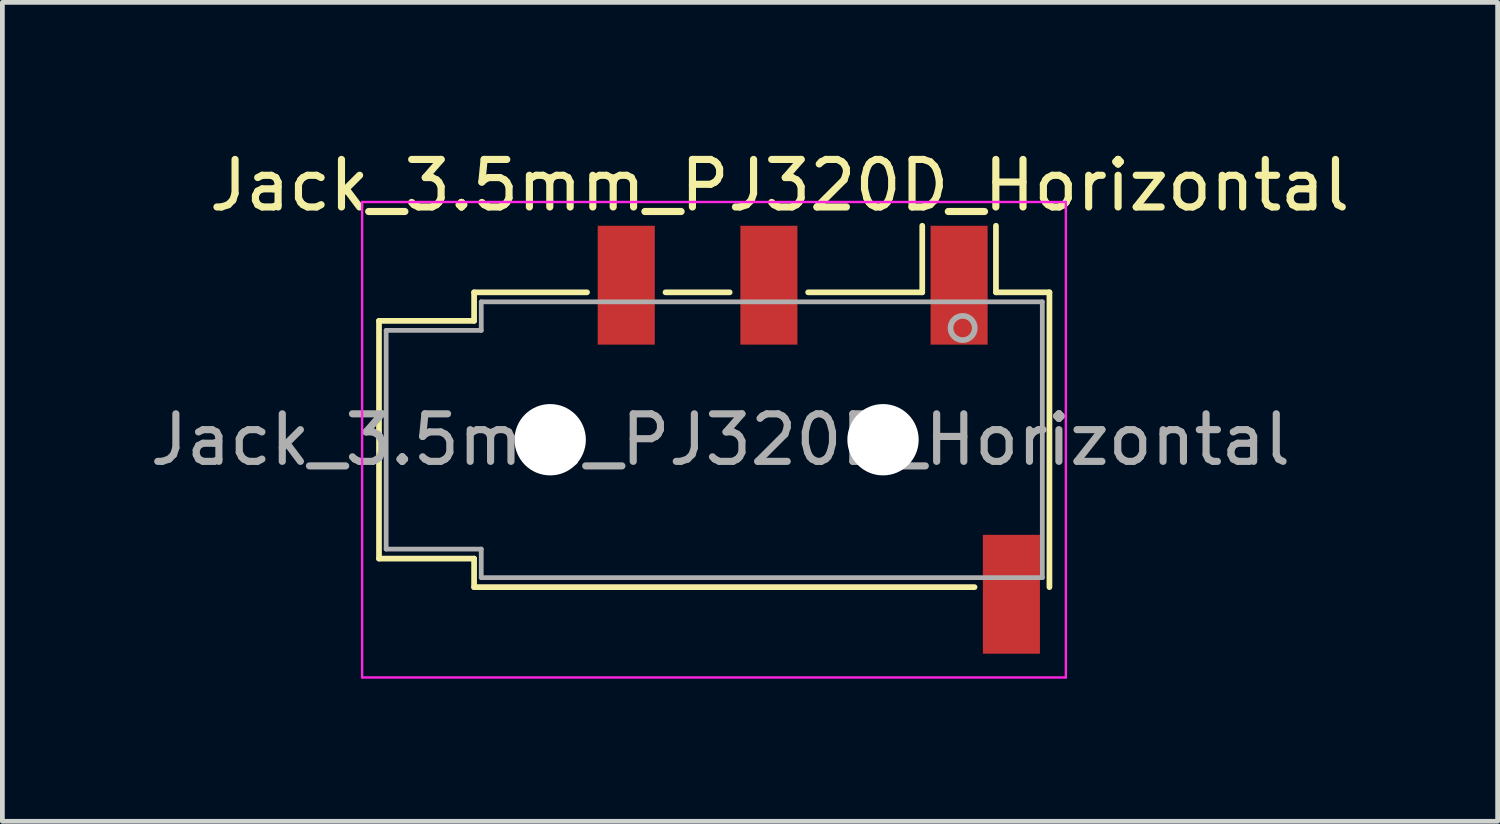
<source format=kicad_pcb>
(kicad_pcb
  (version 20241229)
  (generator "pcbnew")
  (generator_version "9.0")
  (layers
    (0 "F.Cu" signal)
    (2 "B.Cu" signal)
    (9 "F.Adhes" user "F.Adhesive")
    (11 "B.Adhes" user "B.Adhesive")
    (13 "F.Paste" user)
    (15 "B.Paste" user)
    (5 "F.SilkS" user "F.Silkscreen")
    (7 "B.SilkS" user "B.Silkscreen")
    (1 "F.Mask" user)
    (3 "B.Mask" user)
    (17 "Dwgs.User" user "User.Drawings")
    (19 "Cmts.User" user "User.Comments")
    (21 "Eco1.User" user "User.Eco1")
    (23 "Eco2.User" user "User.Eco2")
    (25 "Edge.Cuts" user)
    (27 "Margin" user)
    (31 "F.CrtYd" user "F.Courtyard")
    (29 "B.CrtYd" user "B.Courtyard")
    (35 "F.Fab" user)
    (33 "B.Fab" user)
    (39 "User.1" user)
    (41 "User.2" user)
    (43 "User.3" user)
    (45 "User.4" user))
  (footprint "Jack_3.5mm_PJ320D_Horizontal"
    (layer "F.Cu")
    (at 13.296 6.198)
    (property "Reference" "Jack_3.5mm_PJ320D_Horizontal" (at 0.05 -5.35 180) (layer "F.SilkS") (effects (font (size 1 1) (thickness 0.15))))
    (attr smd)
    (fp_line (start -8.375 -2.5) (end -8.375 2.5) (stroke (width 0.12) (type solid)) (layer "F.SilkS"))
    (fp_line (start -6.375 -3.1) (end -6.375 -2.5) (stroke (width 0.12) (type solid)) (layer "F.SilkS"))
    (fp_line (start -6.375 -3.1) (end -4 -3.1) (stroke (width 0.12) (type solid)) (layer "F.SilkS"))
    (fp_line (start -6.375 -2.5) (end -8.375 -2.5) (stroke (width 0.12) (type solid)) (layer "F.SilkS"))
    (fp_line (start -6.375 2.5) (end -8.375 2.5) (stroke (width 0.12) (type solid)) (layer "F.SilkS"))
    (fp_line (start -6.375 2.5) (end -6.375 3.1) (stroke (width 0.12) (type solid)) (layer "F.SilkS"))
    (fp_line (start -2.35 -3.1) (end -1 -3.1) (stroke (width 0.12) (type solid)) (layer "F.SilkS"))
    (fp_line (start 0.65 -3.1) (end 3.05 -3.1) (stroke (width 0.12) (type solid)) (layer "F.SilkS"))
    (fp_line (start 3.05 -3.1) (end 3.05 -4.5) (stroke (width 0.12) (type solid)) (layer "F.SilkS"))
    (fp_line (start 4.15 3.1) (end -6.375 3.1) (stroke (width 0.12) (type solid)) (layer "F.SilkS"))
    (fp_line (start 4.6 -3.1) (end 4.6 -4.5) (stroke (width 0.12) (type solid)) (layer "F.SilkS"))
    (fp_line (start 4.6 -3.1) (end 5.725 -3.1) (stroke (width 0.12) (type solid)) (layer "F.SilkS"))
    (fp_line (start 5.725 3.1) (end 5.725 -3.1) (stroke (width 0.12) (type solid)) (layer "F.SilkS"))
    (fp_line (start -8.73 -5) (end 6.07 -5) (stroke (width 0.05) (type solid)) (layer "F.CrtYd"))
    (fp_line (start -8.73 5) (end -8.73 -5) (stroke (width 0.05) (type solid)) (layer "F.CrtYd"))
    (fp_line (start -8.73 5) (end 6.07 5) (stroke (width 0.05) (type solid)) (layer "F.CrtYd"))
    (fp_line (start 6.07 5) (end 6.07 -5) (stroke (width 0.05) (type solid)) (layer "F.CrtYd"))
    (fp_line (start -8.225 -2.3) (end -6.225 -2.3) (stroke (width 0.1) (type solid)) (layer "F.Fab"))
    (fp_line (start -8.225 2.3) (end -8.225 -2.3) (stroke (width 0.1) (type solid)) (layer "F.Fab"))
    (fp_line (start -6.225 -2.9) (end 5.575 -2.9) (stroke (width 0.1) (type solid)) (layer "F.Fab"))
    (fp_line (start -6.225 -2.3) (end -6.225 -2.9) (stroke (width 0.1) (type solid)) (layer "F.Fab"))
    (fp_line (start -6.225 2.3) (end -8.225 2.3) (stroke (width 0.1) (type solid)) (layer "F.Fab"))
    (fp_line (start -6.225 2.9) (end -6.225 2.3) (stroke (width 0.1) (type solid)) (layer "F.Fab"))
    (fp_line (start 5.575 -2.9) (end 5.575 2.9) (stroke (width 0.1) (type solid)) (layer "F.Fab"))
    (fp_line (start 5.575 2.9) (end -6.225 2.9) (stroke (width 0.1) (type solid)) (layer "F.Fab"))
    (fp_circle (center 3.9 -2.35) (end 3.95 -2.1) (stroke (width 0.12) (type solid)) (fill no) (layer "F.Fab"))
    (fp_text user "${REFERENCE}" (at -1.195 0 180) (layer "F.Fab") (effects (font (size 1 1) (thickness 0.15))))
    (pad "" np_thru_hole circle (at -4.775 0) (size 1.5 1.5) (drill 1.5) (layers "*.Cu" "*.Mask"))
    (pad "" np_thru_hole circle (at 2.225 0) (size 1.5 1.5) (drill 1.5) (layers "*.Cu" "*.Mask"))
    (pad "R1" smd rect (at 3.825 -3.25) (size 1.2 2.5) (layers "F.Cu" "F.Mask" "F.Paste"))
    (pad "R2" smd rect (at -0.175 -3.25) (size 1.2 2.5) (layers "F.Cu" "F.Mask" "F.Paste"))
    (pad "S" smd rect (at -3.175 -3.25) (size 1.2 2.5) (layers "F.Cu" "F.Mask" "F.Paste"))
    (pad "T" smd rect (at 4.925 3.25) (size 1.2 2.5) (layers "F.Cu" "F.Mask" "F.Paste")))
  (gr_rect
    (start -3 -3)
    (end 28.447 14.223)
    (stroke (width 0.1) (type default))
    (fill no)
    (layer "Edge.Cuts")))
</source>
